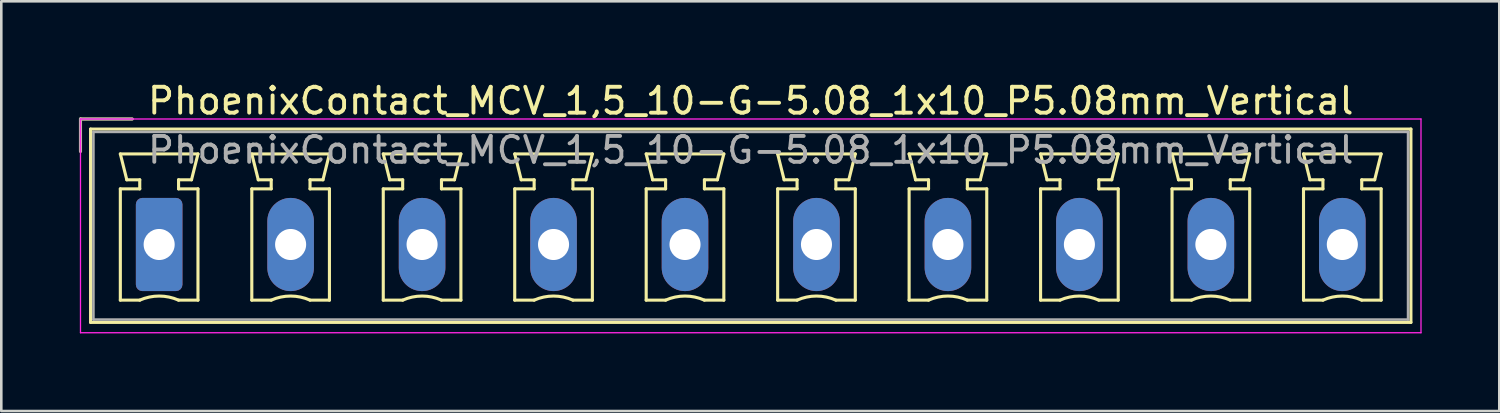
<source format=kicad_pcb>
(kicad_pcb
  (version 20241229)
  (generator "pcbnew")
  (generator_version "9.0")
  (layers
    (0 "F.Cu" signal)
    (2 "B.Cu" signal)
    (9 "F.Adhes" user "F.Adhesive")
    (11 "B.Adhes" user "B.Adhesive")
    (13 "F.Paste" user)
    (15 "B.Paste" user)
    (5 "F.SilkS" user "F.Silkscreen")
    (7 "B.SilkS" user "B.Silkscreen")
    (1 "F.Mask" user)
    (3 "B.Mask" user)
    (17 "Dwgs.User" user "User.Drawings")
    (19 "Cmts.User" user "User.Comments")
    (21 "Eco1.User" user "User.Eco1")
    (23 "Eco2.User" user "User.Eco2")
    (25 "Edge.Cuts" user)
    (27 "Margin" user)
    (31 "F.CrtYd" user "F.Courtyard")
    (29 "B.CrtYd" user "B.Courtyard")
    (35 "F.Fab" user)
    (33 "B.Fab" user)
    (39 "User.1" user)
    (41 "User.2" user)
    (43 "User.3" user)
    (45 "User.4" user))
  (footprint "PhoenixContact_MCV_1,5_10-G-5.08_1x10_P5.08mm_Vertical"
    (layer "F.Cu")
    (at 3.1 6.398)
    (property "Reference" "PhoenixContact_MCV_1,5_10-G-5.08_1x10_P5.08mm_Vertical" (at 22.86 -5.55 0) (layer "F.SilkS") (effects (font (size 1 1) (thickness 0.15))))
    (attr through_hole)
    (fp_line (start -3.04 -4.85) (end -1.04 -4.85) (stroke (width 0.12) (type solid)) (layer "F.SilkS"))
    (fp_line (start -3.04 -3.6) (end -3.04 -4.85) (stroke (width 0.12) (type solid)) (layer "F.SilkS"))
    (fp_line (start -2.65 -4.46) (end -2.65 3.01) (stroke (width 0.12) (type solid)) (layer "F.SilkS"))
    (fp_line (start -2.65 3.01) (end 48.37 3.01) (stroke (width 0.12) (type solid)) (layer "F.SilkS"))
    (fp_line (start -1.5 -3.5) (end 1.5 -3.5) (stroke (width 0.12) (type solid)) (layer "F.SilkS"))
    (fp_line (start -1.5 -2.15) (end -0.75 -2.15) (stroke (width 0.12) (type solid)) (layer "F.SilkS"))
    (fp_line (start -1.5 2.15) (end -1.5 -2.15) (stroke (width 0.12) (type solid)) (layer "F.SilkS"))
    (fp_line (start -1.25 -2.5) (end -1.5 -3.5) (stroke (width 0.12) (type solid)) (layer "F.SilkS"))
    (fp_line (start -0.75 -2.5) (end -1.25 -2.5) (stroke (width 0.12) (type solid)) (layer "F.SilkS"))
    (fp_line (start -0.75 -2.15) (end -0.75 -2.5) (stroke (width 0.12) (type solid)) (layer "F.SilkS"))
    (fp_line (start -0.75 2.15) (end -1.5 2.15) (stroke (width 0.12) (type solid)) (layer "F.SilkS"))
    (fp_line (start 0.75 -2.5) (end 0.75 -2.15) (stroke (width 0.12) (type solid)) (layer "F.SilkS"))
    (fp_line (start 0.75 -2.15) (end 1.5 -2.15) (stroke (width 0.12) (type solid)) (layer "F.SilkS"))
    (fp_line (start 1.25 -2.5) (end 0.75 -2.5) (stroke (width 0.12) (type solid)) (layer "F.SilkS"))
    (fp_line (start 1.5 -3.5) (end 1.25 -2.5) (stroke (width 0.12) (type solid)) (layer "F.SilkS"))
    (fp_line (start 1.5 -2.15) (end 1.5 2.15) (stroke (width 0.12) (type solid)) (layer "F.SilkS"))
    (fp_line (start 1.5 2.15) (end 0.75 2.15) (stroke (width 0.12) (type solid)) (layer "F.SilkS"))
    (fp_line (start 3.58 -3.5) (end 6.58 -3.5) (stroke (width 0.12) (type solid)) (layer "F.SilkS"))
    (fp_line (start 3.58 -2.15) (end 4.33 -2.15) (stroke (width 0.12) (type solid)) (layer "F.SilkS"))
    (fp_line (start 3.58 2.15) (end 3.58 -2.15) (stroke (width 0.12) (type solid)) (layer "F.SilkS"))
    (fp_line (start 3.83 -2.5) (end 3.58 -3.5) (stroke (width 0.12) (type solid)) (layer "F.SilkS"))
    (fp_line (start 4.33 -2.5) (end 3.83 -2.5) (stroke (width 0.12) (type solid)) (layer "F.SilkS"))
    (fp_line (start 4.33 -2.15) (end 4.33 -2.5) (stroke (width 0.12) (type solid)) (layer "F.SilkS"))
    (fp_line (start 4.33 2.15) (end 3.58 2.15) (stroke (width 0.12) (type solid)) (layer "F.SilkS"))
    (fp_line (start 5.83 -2.5) (end 5.83 -2.15) (stroke (width 0.12) (type solid)) (layer "F.SilkS"))
    (fp_line (start 5.83 -2.15) (end 6.58 -2.15) (stroke (width 0.12) (type solid)) (layer "F.SilkS"))
    (fp_line (start 6.33 -2.5) (end 5.83 -2.5) (stroke (width 0.12) (type solid)) (layer "F.SilkS"))
    (fp_line (start 6.58 -3.5) (end 6.33 -2.5) (stroke (width 0.12) (type solid)) (layer "F.SilkS"))
    (fp_line (start 6.58 -2.15) (end 6.58 2.15) (stroke (width 0.12) (type solid)) (layer "F.SilkS"))
    (fp_line (start 6.58 2.15) (end 5.83 2.15) (stroke (width 0.12) (type solid)) (layer "F.SilkS"))
    (fp_line (start 8.66 -3.5) (end 11.66 -3.5) (stroke (width 0.12) (type solid)) (layer "F.SilkS"))
    (fp_line (start 8.66 -2.15) (end 9.41 -2.15) (stroke (width 0.12) (type solid)) (layer "F.SilkS"))
    (fp_line (start 8.66 2.15) (end 8.66 -2.15) (stroke (width 0.12) (type solid)) (layer "F.SilkS"))
    (fp_line (start 8.91 -2.5) (end 8.66 -3.5) (stroke (width 0.12) (type solid)) (layer "F.SilkS"))
    (fp_line (start 9.41 -2.5) (end 8.91 -2.5) (stroke (width 0.12) (type solid)) (layer "F.SilkS"))
    (fp_line (start 9.41 -2.15) (end 9.41 -2.5) (stroke (width 0.12) (type solid)) (layer "F.SilkS"))
    (fp_line (start 9.41 2.15) (end 8.66 2.15) (stroke (width 0.12) (type solid)) (layer "F.SilkS"))
    (fp_line (start 10.91 -2.5) (end 10.91 -2.15) (stroke (width 0.12) (type solid)) (layer "F.SilkS"))
    (fp_line (start 10.91 -2.15) (end 11.66 -2.15) (stroke (width 0.12) (type solid)) (layer "F.SilkS"))
    (fp_line (start 11.41 -2.5) (end 10.91 -2.5) (stroke (width 0.12) (type solid)) (layer "F.SilkS"))
    (fp_line (start 11.66 -3.5) (end 11.41 -2.5) (stroke (width 0.12) (type solid)) (layer "F.SilkS"))
    (fp_line (start 11.66 -2.15) (end 11.66 2.15) (stroke (width 0.12) (type solid)) (layer "F.SilkS"))
    (fp_line (start 11.66 2.15) (end 10.91 2.15) (stroke (width 0.12) (type solid)) (layer "F.SilkS"))
    (fp_line (start 13.74 -3.5) (end 16.74 -3.5) (stroke (width 0.12) (type solid)) (layer "F.SilkS"))
    (fp_line (start 13.74 -2.15) (end 14.49 -2.15) (stroke (width 0.12) (type solid)) (layer "F.SilkS"))
    (fp_line (start 13.74 2.15) (end 13.74 -2.15) (stroke (width 0.12) (type solid)) (layer "F.SilkS"))
    (fp_line (start 13.99 -2.5) (end 13.74 -3.5) (stroke (width 0.12) (type solid)) (layer "F.SilkS"))
    (fp_line (start 14.49 -2.5) (end 13.99 -2.5) (stroke (width 0.12) (type solid)) (layer "F.SilkS"))
    (fp_line (start 14.49 -2.15) (end 14.49 -2.5) (stroke (width 0.12) (type solid)) (layer "F.SilkS"))
    (fp_line (start 14.49 2.15) (end 13.74 2.15) (stroke (width 0.12) (type solid)) (layer "F.SilkS"))
    (fp_line (start 15.99 -2.5) (end 15.99 -2.15) (stroke (width 0.12) (type solid)) (layer "F.SilkS"))
    (fp_line (start 15.99 -2.15) (end 16.74 -2.15) (stroke (width 0.12) (type solid)) (layer "F.SilkS"))
    (fp_line (start 16.49 -2.5) (end 15.99 -2.5) (stroke (width 0.12) (type solid)) (layer "F.SilkS"))
    (fp_line (start 16.74 -3.5) (end 16.49 -2.5) (stroke (width 0.12) (type solid)) (layer "F.SilkS"))
    (fp_line (start 16.74 -2.15) (end 16.74 2.15) (stroke (width 0.12) (type solid)) (layer "F.SilkS"))
    (fp_line (start 16.74 2.15) (end 15.99 2.15) (stroke (width 0.12) (type solid)) (layer "F.SilkS"))
    (fp_line (start 18.82 -3.5) (end 21.82 -3.5) (stroke (width 0.12) (type solid)) (layer "F.SilkS"))
    (fp_line (start 18.82 -2.15) (end 19.57 -2.15) (stroke (width 0.12) (type solid)) (layer "F.SilkS"))
    (fp_line (start 18.82 2.15) (end 18.82 -2.15) (stroke (width 0.12) (type solid)) (layer "F.SilkS"))
    (fp_line (start 19.07 -2.5) (end 18.82 -3.5) (stroke (width 0.12) (type solid)) (layer "F.SilkS"))
    (fp_line (start 19.57 -2.5) (end 19.07 -2.5) (stroke (width 0.12) (type solid)) (layer "F.SilkS"))
    (fp_line (start 19.57 -2.15) (end 19.57 -2.5) (stroke (width 0.12) (type solid)) (layer "F.SilkS"))
    (fp_line (start 19.57 2.15) (end 18.82 2.15) (stroke (width 0.12) (type solid)) (layer "F.SilkS"))
    (fp_line (start 21.07 -2.5) (end 21.07 -2.15) (stroke (width 0.12) (type solid)) (layer "F.SilkS"))
    (fp_line (start 21.07 -2.15) (end 21.82 -2.15) (stroke (width 0.12) (type solid)) (layer "F.SilkS"))
    (fp_line (start 21.57 -2.5) (end 21.07 -2.5) (stroke (width 0.12) (type solid)) (layer "F.SilkS"))
    (fp_line (start 21.82 -3.5) (end 21.57 -2.5) (stroke (width 0.12) (type solid)) (layer "F.SilkS"))
    (fp_line (start 21.82 -2.15) (end 21.82 2.15) (stroke (width 0.12) (type solid)) (layer "F.SilkS"))
    (fp_line (start 21.82 2.15) (end 21.07 2.15) (stroke (width 0.12) (type solid)) (layer "F.SilkS"))
    (fp_line (start 23.9 -3.5) (end 26.9 -3.5) (stroke (width 0.12) (type solid)) (layer "F.SilkS"))
    (fp_line (start 23.9 -2.15) (end 24.65 -2.15) (stroke (width 0.12) (type solid)) (layer "F.SilkS"))
    (fp_line (start 23.9 2.15) (end 23.9 -2.15) (stroke (width 0.12) (type solid)) (layer "F.SilkS"))
    (fp_line (start 24.15 -2.5) (end 23.9 -3.5) (stroke (width 0.12) (type solid)) (layer "F.SilkS"))
    (fp_line (start 24.65 -2.5) (end 24.15 -2.5) (stroke (width 0.12) (type solid)) (layer "F.SilkS"))
    (fp_line (start 24.65 -2.15) (end 24.65 -2.5) (stroke (width 0.12) (type solid)) (layer "F.SilkS"))
    (fp_line (start 24.65 2.15) (end 23.9 2.15) (stroke (width 0.12) (type solid)) (layer "F.SilkS"))
    (fp_line (start 26.15 -2.5) (end 26.15 -2.15) (stroke (width 0.12) (type solid)) (layer "F.SilkS"))
    (fp_line (start 26.15 -2.15) (end 26.9 -2.15) (stroke (width 0.12) (type solid)) (layer "F.SilkS"))
    (fp_line (start 26.65 -2.5) (end 26.15 -2.5) (stroke (width 0.12) (type solid)) (layer "F.SilkS"))
    (fp_line (start 26.9 -3.5) (end 26.65 -2.5) (stroke (width 0.12) (type solid)) (layer "F.SilkS"))
    (fp_line (start 26.9 -2.15) (end 26.9 2.15) (stroke (width 0.12) (type solid)) (layer "F.SilkS"))
    (fp_line (start 26.9 2.15) (end 26.15 2.15) (stroke (width 0.12) (type solid)) (layer "F.SilkS"))
    (fp_line (start 28.98 -3.5) (end 31.98 -3.5) (stroke (width 0.12) (type solid)) (layer "F.SilkS"))
    (fp_line (start 28.98 -2.15) (end 29.73 -2.15) (stroke (width 0.12) (type solid)) (layer "F.SilkS"))
    (fp_line (start 28.98 2.15) (end 28.98 -2.15) (stroke (width 0.12) (type solid)) (layer "F.SilkS"))
    (fp_line (start 29.23 -2.5) (end 28.98 -3.5) (stroke (width 0.12) (type solid)) (layer "F.SilkS"))
    (fp_line (start 29.73 -2.5) (end 29.23 -2.5) (stroke (width 0.12) (type solid)) (layer "F.SilkS"))
    (fp_line (start 29.73 -2.15) (end 29.73 -2.5) (stroke (width 0.12) (type solid)) (layer "F.SilkS"))
    (fp_line (start 29.73 2.15) (end 28.98 2.15) (stroke (width 0.12) (type solid)) (layer "F.SilkS"))
    (fp_line (start 31.23 -2.5) (end 31.23 -2.15) (stroke (width 0.12) (type solid)) (layer "F.SilkS"))
    (fp_line (start 31.23 -2.15) (end 31.98 -2.15) (stroke (width 0.12) (type solid)) (layer "F.SilkS"))
    (fp_line (start 31.73 -2.5) (end 31.23 -2.5) (stroke (width 0.12) (type solid)) (layer "F.SilkS"))
    (fp_line (start 31.98 -3.5) (end 31.73 -2.5) (stroke (width 0.12) (type solid)) (layer "F.SilkS"))
    (fp_line (start 31.98 -2.15) (end 31.98 2.15) (stroke (width 0.12) (type solid)) (layer "F.SilkS"))
    (fp_line (start 31.98 2.15) (end 31.23 2.15) (stroke (width 0.12) (type solid)) (layer "F.SilkS"))
    (fp_line (start 34.06 -3.5) (end 37.06 -3.5) (stroke (width 0.12) (type solid)) (layer "F.SilkS"))
    (fp_line (start 34.06 -2.15) (end 34.81 -2.15) (stroke (width 0.12) (type solid)) (layer "F.SilkS"))
    (fp_line (start 34.06 2.15) (end 34.06 -2.15) (stroke (width 0.12) (type solid)) (layer "F.SilkS"))
    (fp_line (start 34.31 -2.5) (end 34.06 -3.5) (stroke (width 0.12) (type solid)) (layer "F.SilkS"))
    (fp_line (start 34.81 -2.5) (end 34.31 -2.5) (stroke (width 0.12) (type solid)) (layer "F.SilkS"))
    (fp_line (start 34.81 -2.15) (end 34.81 -2.5) (stroke (width 0.12) (type solid)) (layer "F.SilkS"))
    (fp_line (start 34.81 2.15) (end 34.06 2.15) (stroke (width 0.12) (type solid)) (layer "F.SilkS"))
    (fp_line (start 36.31 -2.5) (end 36.31 -2.15) (stroke (width 0.12) (type solid)) (layer "F.SilkS"))
    (fp_line (start 36.31 -2.15) (end 37.06 -2.15) (stroke (width 0.12) (type solid)) (layer "F.SilkS"))
    (fp_line (start 36.81 -2.5) (end 36.31 -2.5) (stroke (width 0.12) (type solid)) (layer "F.SilkS"))
    (fp_line (start 37.06 -3.5) (end 36.81 -2.5) (stroke (width 0.12) (type solid)) (layer "F.SilkS"))
    (fp_line (start 37.06 -2.15) (end 37.06 2.15) (stroke (width 0.12) (type solid)) (layer "F.SilkS"))
    (fp_line (start 37.06 2.15) (end 36.31 2.15) (stroke (width 0.12) (type solid)) (layer "F.SilkS"))
    (fp_line (start 39.14 -3.5) (end 42.14 -3.5) (stroke (width 0.12) (type solid)) (layer "F.SilkS"))
    (fp_line (start 39.14 -2.15) (end 39.89 -2.15) (stroke (width 0.12) (type solid)) (layer "F.SilkS"))
    (fp_line (start 39.14 2.15) (end 39.14 -2.15) (stroke (width 0.12) (type solid)) (layer "F.SilkS"))
    (fp_line (start 39.39 -2.5) (end 39.14 -3.5) (stroke (width 0.12) (type solid)) (layer "F.SilkS"))
    (fp_line (start 39.89 -2.5) (end 39.39 -2.5) (stroke (width 0.12) (type solid)) (layer "F.SilkS"))
    (fp_line (start 39.89 -2.15) (end 39.89 -2.5) (stroke (width 0.12) (type solid)) (layer "F.SilkS"))
    (fp_line (start 39.89 2.15) (end 39.14 2.15) (stroke (width 0.12) (type solid)) (layer "F.SilkS"))
    (fp_line (start 41.39 -2.5) (end 41.39 -2.15) (stroke (width 0.12) (type solid)) (layer "F.SilkS"))
    (fp_line (start 41.39 -2.15) (end 42.14 -2.15) (stroke (width 0.12) (type solid)) (layer "F.SilkS"))
    (fp_line (start 41.89 -2.5) (end 41.39 -2.5) (stroke (width 0.12) (type solid)) (layer "F.SilkS"))
    (fp_line (start 42.14 -3.5) (end 41.89 -2.5) (stroke (width 0.12) (type solid)) (layer "F.SilkS"))
    (fp_line (start 42.14 -2.15) (end 42.14 2.15) (stroke (width 0.12) (type solid)) (layer "F.SilkS"))
    (fp_line (start 42.14 2.15) (end 41.39 2.15) (stroke (width 0.12) (type solid)) (layer "F.SilkS"))
    (fp_line (start 44.22 -3.5) (end 47.22 -3.5) (stroke (width 0.12) (type solid)) (layer "F.SilkS"))
    (fp_line (start 44.22 -2.15) (end 44.97 -2.15) (stroke (width 0.12) (type solid)) (layer "F.SilkS"))
    (fp_line (start 44.22 2.15) (end 44.22 -2.15) (stroke (width 0.12) (type solid)) (layer "F.SilkS"))
    (fp_line (start 44.47 -2.5) (end 44.22 -3.5) (stroke (width 0.12) (type solid)) (layer "F.SilkS"))
    (fp_line (start 44.97 -2.5) (end 44.47 -2.5) (stroke (width 0.12) (type solid)) (layer "F.SilkS"))
    (fp_line (start 44.97 -2.15) (end 44.97 -2.5) (stroke (width 0.12) (type solid)) (layer "F.SilkS"))
    (fp_line (start 44.97 2.15) (end 44.22 2.15) (stroke (width 0.12) (type solid)) (layer "F.SilkS"))
    (fp_line (start 46.47 -2.5) (end 46.47 -2.15) (stroke (width 0.12) (type solid)) (layer "F.SilkS"))
    (fp_line (start 46.47 -2.15) (end 47.22 -2.15) (stroke (width 0.12) (type solid)) (layer "F.SilkS"))
    (fp_line (start 46.97 -2.5) (end 46.47 -2.5) (stroke (width 0.12) (type solid)) (layer "F.SilkS"))
    (fp_line (start 47.22 -3.5) (end 46.97 -2.5) (stroke (width 0.12) (type solid)) (layer "F.SilkS"))
    (fp_line (start 47.22 -2.15) (end 47.22 2.15) (stroke (width 0.12) (type solid)) (layer "F.SilkS"))
    (fp_line (start 47.22 2.15) (end 46.47 2.15) (stroke (width 0.12) (type solid)) (layer "F.SilkS"))
    (fp_line (start 48.37 -4.46) (end -2.65 -4.46) (stroke (width 0.12) (type solid)) (layer "F.SilkS"))
    (fp_line (start 48.37 3.01) (end 48.37 -4.46) (stroke (width 0.12) (type solid)) (layer "F.SilkS"))
    (fp_arc (start -0.75 2.15) (mid -0.000193 1.99191) (end 0.749647 2.149844) (stroke (width 0.12) (type solid)) (layer "F.SilkS"))
    (fp_arc (start 4.33 2.15) (mid 5.079807 1.99191) (end 5.829647 2.149844) (stroke (width 0.12) (type solid)) (layer "F.SilkS"))
    (fp_arc (start 9.41 2.15) (mid 10.159807 1.99191) (end 10.909647 2.149844) (stroke (width 0.12) (type solid)) (layer "F.SilkS"))
    (fp_arc (start 14.49 2.15) (mid 15.239807 1.99191) (end 15.989647 2.149844) (stroke (width 0.12) (type solid)) (layer "F.SilkS"))
    (fp_arc (start 19.57 2.15) (mid 20.319807 1.99191) (end 21.069647 2.149844) (stroke (width 0.12) (type solid)) (layer "F.SilkS"))
    (fp_arc (start 24.65 2.15) (mid 25.399807 1.99191) (end 26.149647 2.149844) (stroke (width 0.12) (type solid)) (layer "F.SilkS"))
    (fp_arc (start 29.73 2.15) (mid 30.479807 1.99191) (end 31.229647 2.149844) (stroke (width 0.12) (type solid)) (layer "F.SilkS"))
    (fp_arc (start 34.81 2.15) (mid 35.559807 1.99191) (end 36.309647 2.149844) (stroke (width 0.12) (type solid)) (layer "F.SilkS"))
    (fp_arc (start 39.89 2.15) (mid 40.639807 1.99191) (end 41.389647 2.149844) (stroke (width 0.12) (type solid)) (layer "F.SilkS"))
    (fp_arc (start 44.97 2.15) (mid 45.719807 1.99191) (end 46.469647 2.149844) (stroke (width 0.12) (type solid)) (layer "F.SilkS"))
    (fp_line (start -3.04 -4.85) (end -3.04 3.41) (stroke (width 0.05) (type solid)) (layer "F.CrtYd"))
    (fp_line (start -3.04 3.41) (end 48.76 3.41) (stroke (width 0.05) (type solid)) (layer "F.CrtYd"))
    (fp_line (start 48.76 -4.85) (end -3.04 -4.85) (stroke (width 0.05) (type solid)) (layer "F.CrtYd"))
    (fp_line (start 48.76 3.41) (end 48.76 -4.85) (stroke (width 0.05) (type solid)) (layer "F.CrtYd"))
    (fp_line (start -3.04 -4.85) (end -1.04 -4.85) (stroke (width 0.1) (type solid)) (layer "F.Fab"))
    (fp_line (start -3.04 -3.6) (end -3.04 -4.85) (stroke (width 0.1) (type solid)) (layer "F.Fab"))
    (fp_line (start -2.54 -4.35) (end -2.54 2.9) (stroke (width 0.1) (type solid)) (layer "F.Fab"))
    (fp_line (start -2.54 2.9) (end 48.26 2.9) (stroke (width 0.1) (type solid)) (layer "F.Fab"))
    (fp_line (start 48.26 -4.35) (end -2.54 -4.35) (stroke (width 0.1) (type solid)) (layer "F.Fab"))
    (fp_line (start 48.26 2.9) (end 48.26 -4.35) (stroke (width 0.1) (type solid)) (layer "F.Fab"))
    (fp_text user "${REFERENCE}" (at 22.86 -3.65 0) (layer "F.Fab") (effects (font (size 1 1) (thickness 0.15))))
    (pad "1" thru_hole roundrect (at 0 0) (size 1.8 3.6) (drill 1.2) (layers "*.Cu" "*.Mask") (roundrect_rratio 0.139))
    (pad "2" thru_hole oval (at 5.08 0) (size 1.8 3.6) (drill 1.2) (layers "*.Cu" "*.Mask"))
    (pad "3" thru_hole oval (at 10.16 0) (size 1.8 3.6) (drill 1.2) (layers "*.Cu" "*.Mask"))
    (pad "4" thru_hole oval (at 15.24 0) (size 1.8 3.6) (drill 1.2) (layers "*.Cu" "*.Mask"))
    (pad "5" thru_hole oval (at 20.32 0) (size 1.8 3.6) (drill 1.2) (layers "*.Cu" "*.Mask"))
    (pad "6" thru_hole oval (at 25.4 0) (size 1.8 3.6) (drill 1.2) (layers "*.Cu" "*.Mask"))
    (pad "7" thru_hole oval (at 30.48 0) (size 1.8 3.6) (drill 1.2) (layers "*.Cu" "*.Mask"))
    (pad "8" thru_hole oval (at 35.56 0) (size 1.8 3.6) (drill 1.2) (layers "*.Cu" "*.Mask"))
    (pad "9" thru_hole oval (at 40.64 0) (size 1.8 3.6) (drill 1.2) (layers "*.Cu" "*.Mask"))
    (pad "10" thru_hole oval (at 45.72 0) (size 1.8 3.6) (drill 1.2) (layers "*.Cu" "*.Mask")))
  (gr_rect
    (start -3 -3)
    (end 54.885 12.833)
    (stroke (width 0.1) (type default))
    (fill no)
    (layer "Edge.Cuts")))
</source>
